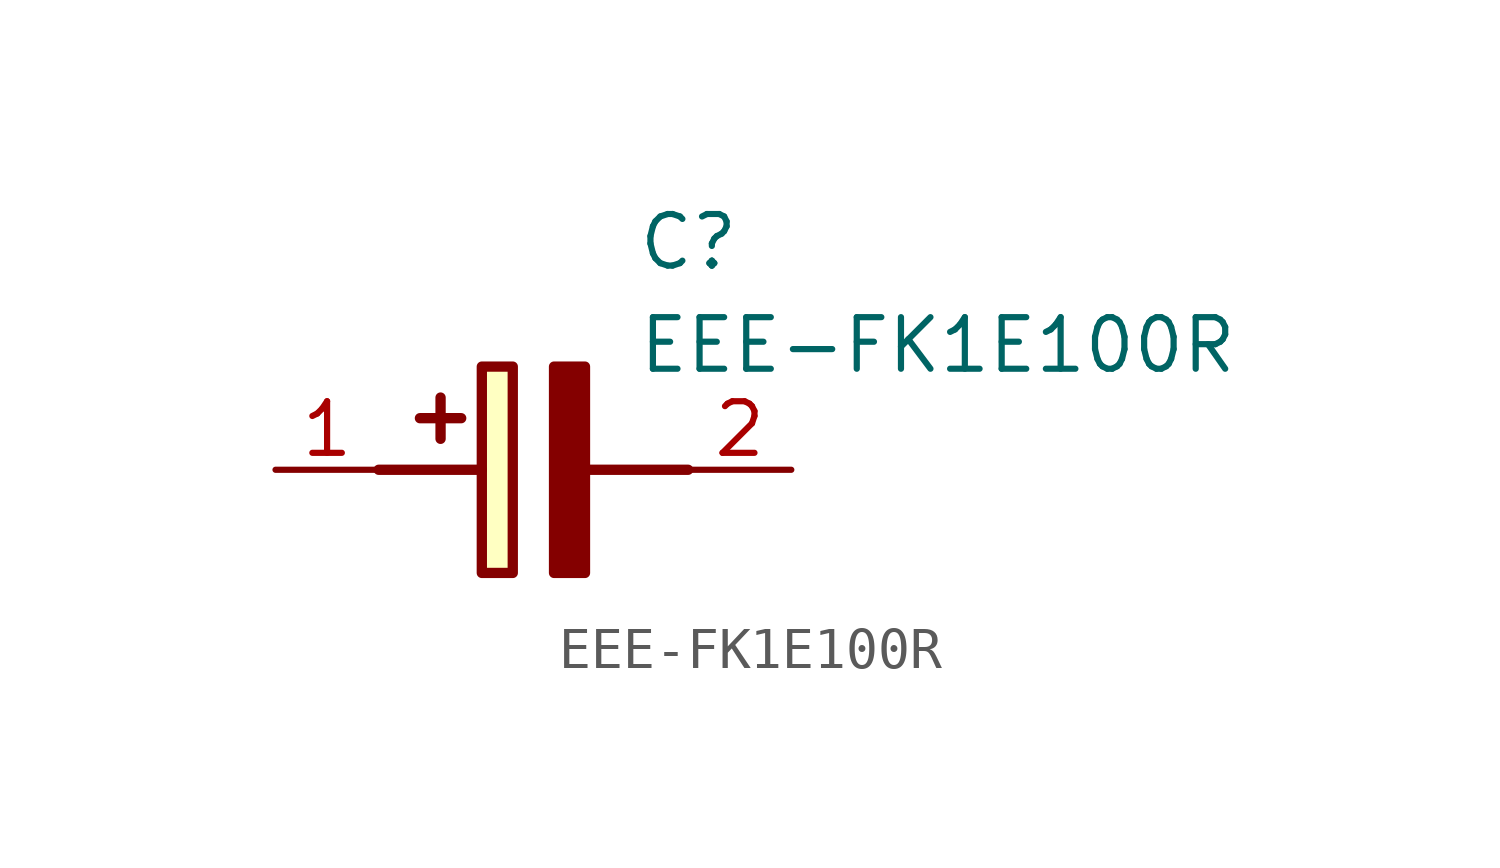
<source format=kicad_sym>
(kicad_symbol_lib
  (version 20211014)
  (generator SamacSys_ECAD_Model)
  (symbol "EEE-FK1E100R"
    (pin_names hide)
    (property "Reference" "C"
      (at 8.89 6.35 0)
      (effects (font (size 1.27 1.27)) (justify left top)))
    (property "Value" "EEE-FK1E100R"
      (at 8.89 3.81 0)
      (effects (font (size 1.27 1.27)) (justify left top)))
    (rectangle
      (start 5.08 2.54)
      (end 5.842 -2.54)
      (stroke (width 0.254) (type default))
      (fill (type background)))
    (polyline
      (pts (xy 4.572 1.27) (xy 3.556 1.27))
      (stroke (width 0.254) (type default))
      (fill (type none)))
    (polyline
      (pts (xy 4.064 1.778) (xy 4.064 0.762))
      (stroke (width 0.254) (type default))
      (fill (type none)))
    (polyline
      (pts (xy 2.54 0) (xy 5.08 0))
      (stroke (width 0.254) (type default))
      (fill (type none)))
    (polyline
      (pts (xy 7.62 0) (xy 10.16 0))
      (stroke (width 0.254) (type default))
      (fill (type none)))
    (polyline
      (pts (xy 7.62 2.54) (xy 7.62 -2.54) (xy 6.858 -2.54) (xy 6.858 2.54) (xy 7.62 2.54))
      (stroke (width 0.254) (type default))
      (fill (type outline)))
    (pin passive line
      (at 0 0 0)
      (length 2.54)
      (name "+" (effects (font (size 1.27 1.27))))
      (number "1" (effects (font (size 1.27 1.27)))))
    (pin passive line
      (at 12.7 0 180)
      (length 2.54)
      (name "-" (effects (font (size 1.27 1.27))))
      (number "2" (effects (font (size 1.27 1.27)))))))
</source>
